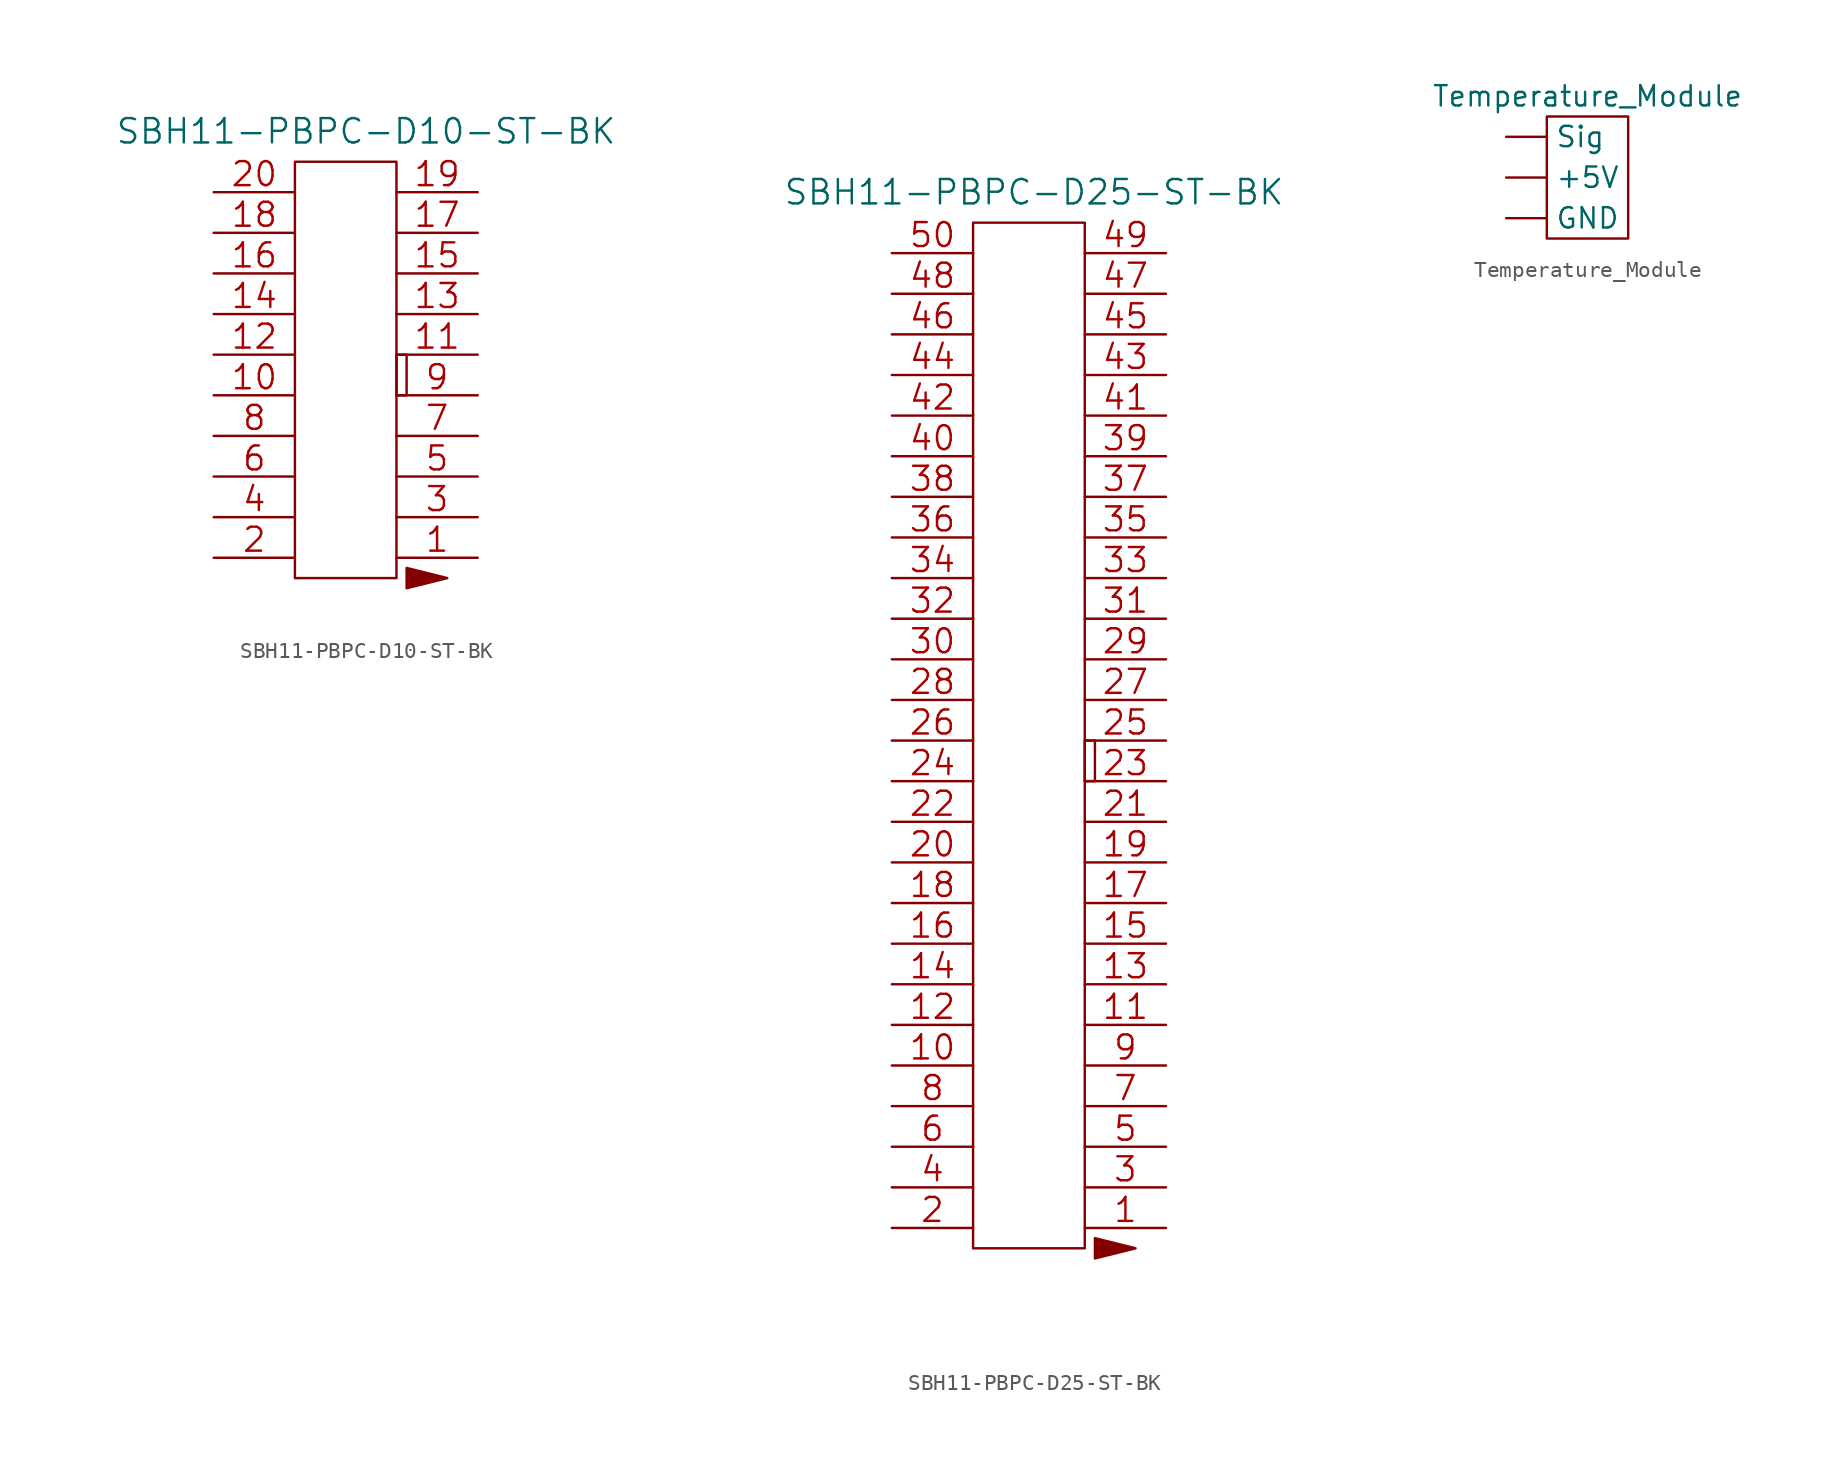
<source format=kicad_sym>
(kicad_symbol_lib
  (version 20211014)
  (generator kicad_symbol_editor)
  (symbol "SBH11-PBPC-D10-ST-BK"
    (pin_names
      (offset 0.254) hide)
    (property "Reference" "J"
      (at 8.89 6.35 0)
      (effects (font (size 1.524 1.524)) hide))
    (property "Value" "SBH11-PBPC-D10-ST-BK"
      (at 9.525 3.81 0)
      (effects (font (size 1.524 1.524))))
    (property "Datasheet" ""
      (at 0 0 0)
      (effects (font (size 1.524 1.524))))
    (property "ki_locked" ""
      (at 0 0 0)
      (effects (font (size 1.27 1.27))))
    (symbol "SBH11-PBPC-D10-ST-BK_1_1"
      (polyline (pts (xy 12.065 -23.495) (xy 14.605 -24.13) (xy 12.065 -24.765) (xy 12.065 -23.495)) (stroke (width 0) (type default) (color 0 0 0 0)) (fill (type outline)))
      (rectangle (start 5.08 1.905) (end 11.43 -24.13) (stroke (width 0) (type default) (color 0 0 0 0)) (fill (type none)))
      (rectangle (start 11.43 -10.16) (end 12.065 -12.7) (stroke (width 0) (type default) (color 0 0 0 0)) (fill (type none)))
      (pin unspecified line (at 16.51 -22.86 180) (length 5.08) (name "1" (effects (font (size 1.499 1.499)))) (number "1" (effects (font (size 1.499 1.499)))))
      (pin unspecified line (at 0 -12.7 0) (length 5.08) (name "10" (effects (font (size 1.499 1.499)))) (number "10" (effects (font (size 1.499 1.499)))))
      (pin unspecified line (at 16.51 -10.16 180) (length 5.08) (name "11" (effects (font (size 1.499 1.499)))) (number "11" (effects (font (size 1.499 1.499)))))
      (pin unspecified line (at 0 -10.16 0) (length 5.08) (name "12" (effects (font (size 1.499 1.499)))) (number "12" (effects (font (size 1.499 1.499)))))
      (pin unspecified line (at 16.51 -7.62 180) (length 5.08) (name "13" (effects (font (size 1.499 1.499)))) (number "13" (effects (font (size 1.499 1.499)))))
      (pin unspecified line (at 0 -7.62 0) (length 5.08) (name "14" (effects (font (size 1.499 1.499)))) (number "14" (effects (font (size 1.499 1.499)))))
      (pin unspecified line (at 16.51 -5.08 180) (length 5.08) (name "15" (effects (font (size 1.499 1.499)))) (number "15" (effects (font (size 1.499 1.499)))))
      (pin unspecified line (at 0 -5.08 0) (length 5.08) (name "16" (effects (font (size 1.499 1.499)))) (number "16" (effects (font (size 1.499 1.499)))))
      (pin unspecified line (at 16.51 -2.54 180) (length 5.08) (name "17" (effects (font (size 1.499 1.499)))) (number "17" (effects (font (size 1.499 1.499)))))
      (pin unspecified line (at 0 -2.54 0) (length 5.08) (name "18" (effects (font (size 1.499 1.499)))) (number "18" (effects (font (size 1.499 1.499)))))
      (pin unspecified line (at 16.51 0 180) (length 5.08) (name "19" (effects (font (size 1.499 1.499)))) (number "19" (effects (font (size 1.499 1.499)))))
      (pin unspecified line (at 0 -22.86 0) (length 5.08) (name "2" (effects (font (size 1.499 1.499)))) (number "2" (effects (font (size 1.499 1.499)))))
      (pin unspecified line (at 0 0 0) (length 5.08) (name "20" (effects (font (size 1.499 1.499)))) (number "20" (effects (font (size 1.499 1.499)))))
      (pin unspecified line (at 16.51 -20.32 180) (length 5.08) (name "3" (effects (font (size 1.499 1.499)))) (number "3" (effects (font (size 1.499 1.499)))))
      (pin unspecified line (at 0 -20.32 0) (length 5.08) (name "4" (effects (font (size 1.499 1.499)))) (number "4" (effects (font (size 1.499 1.499)))))
      (pin unspecified line (at 16.51 -17.78 180) (length 5.08) (name "5" (effects (font (size 1.499 1.499)))) (number "5" (effects (font (size 1.499 1.499)))))
      (pin unspecified line (at 0 -17.78 0) (length 5.08) (name "6" (effects (font (size 1.499 1.499)))) (number "6" (effects (font (size 1.499 1.499)))))
      (pin unspecified line (at 16.51 -15.24 180) (length 5.08) (name "7" (effects (font (size 1.499 1.499)))) (number "7" (effects (font (size 1.499 1.499)))))
      (pin unspecified line (at 0 -15.24 0) (length 5.08) (name "8" (effects (font (size 1.499 1.499)))) (number "8" (effects (font (size 1.499 1.499)))))
      (pin unspecified line (at 16.51 -12.7 180) (length 5.08) (name "9" (effects (font (size 1.499 1.499)))) (number "9" (effects (font (size 1.499 1.499)))))))
  (symbol "SBH11-PBPC-D25-ST-BK"
    (pin_names
      (offset 0.254) hide)
    (property "Reference" "J"
      (at 8.89 6.35 0)
      (effects (font (size 1.524 1.524)) hide))
    (property "Value" "SBH11-PBPC-D25-ST-BK"
      (at 8.89 3.81 0)
      (effects (font (size 1.524 1.524))))
    (property "Datasheet" ""
      (at 17.145 -60.96 0)
      (effects (font (size 1.524 1.524))))
    (property "ki_locked" ""
      (at 0 0 0)
      (effects (font (size 1.27 1.27))))
    (symbol "SBH11-PBPC-D25-ST-BK_1_1"
      (polyline (pts (xy 12.7 -61.595) (xy 15.24 -62.23) (xy 12.7 -62.865) (xy 12.7 -61.595)) (stroke (width 0) (type default) (color 0 0 0 0)) (fill (type outline)))
      (rectangle (start 5.08 1.905) (end 12.065 -62.23) (stroke (width 0) (type default) (color 0 0 0 0)) (fill (type none)))
      (rectangle (start 12.7 -33.02) (end 12.065 -30.48) (stroke (width 0) (type default) (color 0 0 0 0)) (fill (type none)))
      (pin unspecified line (at 17.145 -60.96 180) (length 5.08) (name "1" (effects (font (size 1.499 1.499)))) (number "1" (effects (font (size 1.499 1.499)))))
      (pin unspecified line (at 0 -50.8 0) (length 5.08) (name "10" (effects (font (size 1.499 1.499)))) (number "10" (effects (font (size 1.499 1.499)))))
      (pin unspecified line (at 17.145 -48.26 180) (length 5.08) (name "11" (effects (font (size 1.499 1.499)))) (number "11" (effects (font (size 1.499 1.499)))))
      (pin unspecified line (at 0 -48.26 0) (length 5.08) (name "12" (effects (font (size 1.499 1.499)))) (number "12" (effects (font (size 1.499 1.499)))))
      (pin unspecified line (at 17.145 -45.72 180) (length 5.08) (name "13" (effects (font (size 1.499 1.499)))) (number "13" (effects (font (size 1.499 1.499)))))
      (pin unspecified line (at 0 -45.72 0) (length 5.08) (name "14" (effects (font (size 1.499 1.499)))) (number "14" (effects (font (size 1.499 1.499)))))
      (pin unspecified line (at 17.145 -43.18 180) (length 5.08) (name "15" (effects (font (size 1.499 1.499)))) (number "15" (effects (font (size 1.499 1.499)))))
      (pin unspecified line (at 0 -43.18 0) (length 5.08) (name "16" (effects (font (size 1.499 1.499)))) (number "16" (effects (font (size 1.499 1.499)))))
      (pin unspecified line (at 17.145 -40.64 180) (length 5.08) (name "17" (effects (font (size 1.499 1.499)))) (number "17" (effects (font (size 1.499 1.499)))))
      (pin unspecified line (at 0 -40.64 0) (length 5.08) (name "18" (effects (font (size 1.499 1.499)))) (number "18" (effects (font (size 1.499 1.499)))))
      (pin unspecified line (at 17.145 -38.1 180) (length 5.08) (name "19" (effects (font (size 1.499 1.499)))) (number "19" (effects (font (size 1.499 1.499)))))
      (pin unspecified line (at 0 -60.96 0) (length 5.08) (name "2" (effects (font (size 1.499 1.499)))) (number "2" (effects (font (size 1.499 1.499)))))
      (pin unspecified line (at 0 -38.1 0) (length 5.08) (name "20" (effects (font (size 1.499 1.499)))) (number "20" (effects (font (size 1.499 1.499)))))
      (pin unspecified line (at 17.145 -35.56 180) (length 5.08) (name "21" (effects (font (size 1.499 1.499)))) (number "21" (effects (font (size 1.499 1.499)))))
      (pin unspecified line (at 0 -35.56 0) (length 5.08) (name "22" (effects (font (size 1.499 1.499)))) (number "22" (effects (font (size 1.499 1.499)))))
      (pin unspecified line (at 17.145 -33.02 180) (length 5.08) (name "23" (effects (font (size 1.499 1.499)))) (number "23" (effects (font (size 1.499 1.499)))))
      (pin unspecified line (at 0 -33.02 0) (length 5.08) (name "24" (effects (font (size 1.499 1.499)))) (number "24" (effects (font (size 1.499 1.499)))))
      (pin unspecified line (at 17.145 -30.48 180) (length 5.08) (name "25" (effects (font (size 1.499 1.499)))) (number "25" (effects (font (size 1.499 1.499)))))
      (pin unspecified line (at 0 -30.48 0) (length 5.08) (name "26" (effects (font (size 1.499 1.499)))) (number "26" (effects (font (size 1.499 1.499)))))
      (pin unspecified line (at 17.145 -27.94 180) (length 5.08) (name "27" (effects (font (size 1.499 1.499)))) (number "27" (effects (font (size 1.499 1.499)))))
      (pin unspecified line (at 0 -27.94 0) (length 5.08) (name "28" (effects (font (size 1.499 1.499)))) (number "28" (effects (font (size 1.499 1.499)))))
      (pin unspecified line (at 17.145 -25.4 180) (length 5.08) (name "29" (effects (font (size 1.499 1.499)))) (number "29" (effects (font (size 1.499 1.499)))))
      (pin unspecified line (at 17.145 -58.42 180) (length 5.08) (name "3" (effects (font (size 1.499 1.499)))) (number "3" (effects (font (size 1.499 1.499)))))
      (pin unspecified line (at 0 -25.4 0) (length 5.08) (name "30" (effects (font (size 1.499 1.499)))) (number "30" (effects (font (size 1.499 1.499)))))
      (pin unspecified line (at 17.145 -22.86 180) (length 5.08) (name "31" (effects (font (size 1.499 1.499)))) (number "31" (effects (font (size 1.499 1.499)))))
      (pin unspecified line (at 0 -22.86 0) (length 5.08) (name "32" (effects (font (size 1.499 1.499)))) (number "32" (effects (font (size 1.499 1.499)))))
      (pin unspecified line (at 17.145 -20.32 180) (length 5.08) (name "33" (effects (font (size 1.499 1.499)))) (number "33" (effects (font (size 1.499 1.499)))))
      (pin unspecified line (at 0 -20.32 0) (length 5.08) (name "34" (effects (font (size 1.499 1.499)))) (number "34" (effects (font (size 1.499 1.499)))))
      (pin unspecified line (at 17.145 -17.78 180) (length 5.08) (name "35" (effects (font (size 1.499 1.499)))) (number "35" (effects (font (size 1.499 1.499)))))
      (pin unspecified line (at 0 -17.78 0) (length 5.08) (name "36" (effects (font (size 1.499 1.499)))) (number "36" (effects (font (size 1.499 1.499)))))
      (pin unspecified line (at 17.145 -15.24 180) (length 5.08) (name "37" (effects (font (size 1.499 1.499)))) (number "37" (effects (font (size 1.499 1.499)))))
      (pin unspecified line (at 0 -15.24 0) (length 5.08) (name "38" (effects (font (size 1.499 1.499)))) (number "38" (effects (font (size 1.499 1.499)))))
      (pin unspecified line (at 17.145 -12.7 180) (length 5.08) (name "39" (effects (font (size 1.499 1.499)))) (number "39" (effects (font (size 1.499 1.499)))))
      (pin unspecified line (at 0 -58.42 0) (length 5.08) (name "4" (effects (font (size 1.499 1.499)))) (number "4" (effects (font (size 1.499 1.499)))))
      (pin unspecified line (at 0 -12.7 0) (length 5.08) (name "40" (effects (font (size 1.499 1.499)))) (number "40" (effects (font (size 1.499 1.499)))))
      (pin unspecified line (at 17.145 -10.16 180) (length 5.08) (name "41" (effects (font (size 1.499 1.499)))) (number "41" (effects (font (size 1.499 1.499)))))
      (pin unspecified line (at 0 -10.16 0) (length 5.08) (name "42" (effects (font (size 1.499 1.499)))) (number "42" (effects (font (size 1.499 1.499)))))
      (pin unspecified line (at 17.145 -7.62 180) (length 5.08) (name "43" (effects (font (size 1.499 1.499)))) (number "43" (effects (font (size 1.499 1.499)))))
      (pin unspecified line (at 0 -7.62 0) (length 5.08) (name "44" (effects (font (size 1.499 1.499)))) (number "44" (effects (font (size 1.499 1.499)))))
      (pin unspecified line (at 17.145 -5.08 180) (length 5.08) (name "45" (effects (font (size 1.499 1.499)))) (number "45" (effects (font (size 1.499 1.499)))))
      (pin unspecified line (at 0 -5.08 0) (length 5.08) (name "46" (effects (font (size 1.499 1.499)))) (number "46" (effects (font (size 1.499 1.499)))))
      (pin unspecified line (at 17.145 -2.54 180) (length 5.08) (name "47" (effects (font (size 1.499 1.499)))) (number "47" (effects (font (size 1.499 1.499)))))
      (pin unspecified line (at 0 -2.54 0) (length 5.08) (name "48" (effects (font (size 1.499 1.499)))) (number "48" (effects (font (size 1.499 1.499)))))
      (pin unspecified line (at 17.145 0 180) (length 5.08) (name "49" (effects (font (size 1.499 1.499)))) (number "49" (effects (font (size 1.499 1.499)))))
      (pin unspecified line (at 17.145 -55.88 180) (length 5.08) (name "5" (effects (font (size 1.499 1.499)))) (number "5" (effects (font (size 1.499 1.499)))))
      (pin unspecified line (at 0 0 0) (length 5.08) (name "50" (effects (font (size 1.499 1.499)))) (number "50" (effects (font (size 1.499 1.499)))))
      (pin unspecified line (at 0 -55.88 0) (length 5.08) (name "6" (effects (font (size 1.499 1.499)))) (number "6" (effects (font (size 1.499 1.499)))))
      (pin unspecified line (at 17.145 -53.34 180) (length 5.08) (name "7" (effects (font (size 1.499 1.499)))) (number "7" (effects (font (size 1.499 1.499)))))
      (pin unspecified line (at 0 -53.34 0) (length 5.08) (name "8" (effects (font (size 1.499 1.499)))) (number "8" (effects (font (size 1.499 1.499)))))
      (pin unspecified line (at 17.145 -50.8 180) (length 5.08) (name "9" (effects (font (size 1.499 1.499)))) (number "9" (effects (font (size 1.499 1.499)))))))
  (symbol "Temperature_Module"
    (property "Reference" "U"
      (at 0 6.35 0)
      (effects (font (size 1.27 1.27)) hide))
    (property "Value" "Temperature_Module"
      (at 0 5.08 0)
      (effects (font (size 1.27 1.27))))
    (symbol "Temperature_Module_0_1"
      (rectangle (start -2.54 3.81) (end 2.54 -3.81) (stroke (width 0) (type default) (color 0 0 0 0)) (fill (type none))))
    (symbol "Temperature_Module_1_1"
      (pin input line (at -5.08 0 0) (length 2.54) (name "+5V" (effects (font (size 1.27 1.27)))) (number "" (effects (font (size 1.27 1.27)))))
      (pin input line (at -5.08 -2.54 0) (length 2.54) (name "GND" (effects (font (size 1.27 1.27)))) (number "" (effects (font (size 1.27 1.27)))))
      (pin input line (at -5.08 2.54 0) (length 2.54) (name "Sig" (effects (font (size 1.27 1.27)))) (number "" (effects (font (size 1.27 1.27))))))))
</source>
